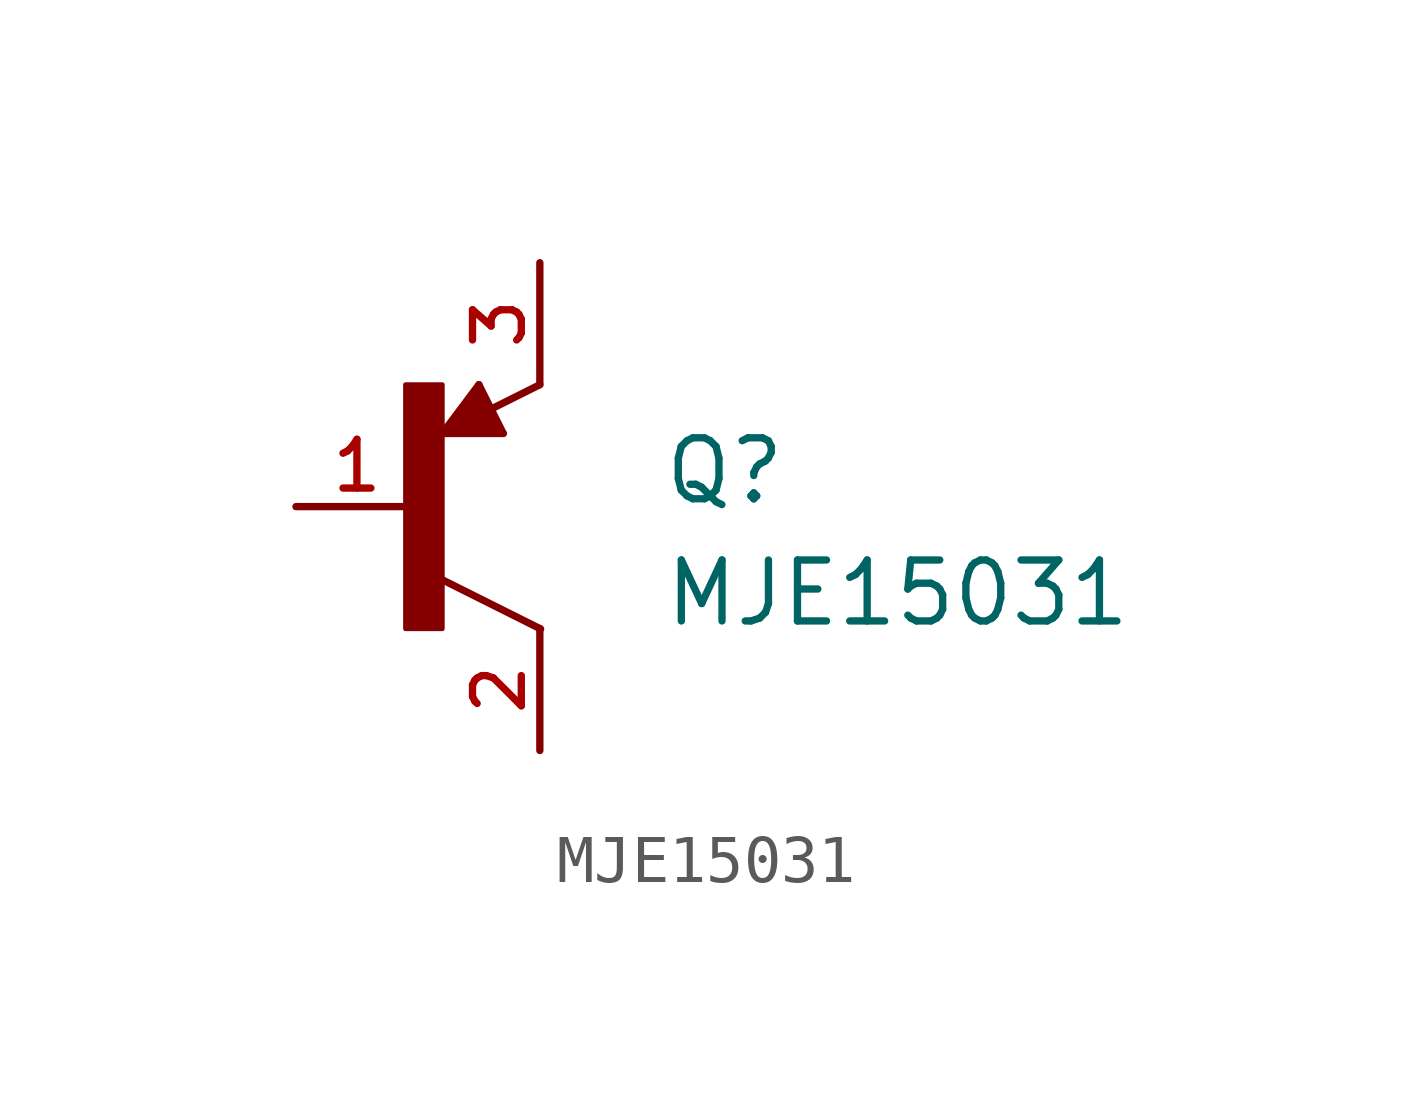
<source format=kicad_sym>
(kicad_symbol_lib
  (version 20211014)
  (generator kicad_symbol_editor)
  (symbol "MJE15031"
    (pin_names
      (offset 1.016))
    (property "Reference" "Q"
      (at 2.542 0.0 0)
      (effects (font (size 1.27 1.27)) (justify bottom left)))
    (property "Value" "MJE15031"
      (at 2.545 -2.545 0)
      (effects (font (size 1.27 1.27)) (justify bottom left)))
    (symbol "MJE15031_0_0"
      (polyline (pts (xy 0.0 2.54) (xy -1.778 1.651)) (stroke (width 0.152)))
      (polyline (pts (xy -1.778 1.651) (xy -2.032 1.524)) (stroke (width 0.152)))
      (polyline (pts (xy 0.016 -2.548) (xy -2.232 -1.424)) (stroke (width 0.152)))
      (rectangle (start -2.798 -2.543) (end -2.032 2.54) (stroke (width 0.1)) (fill (type outline)))
      (polyline (pts (xy -0.762 1.524) (xy -2.032 1.524)) (stroke (width 0.152)))
      (polyline (pts (xy -2.032 1.524) (xy -1.27 2.54)) (stroke (width 0.152)))
      (polyline (pts (xy -1.27 2.54) (xy -0.762 1.524)) (stroke (width 0.152)))
      (polyline (pts (xy -1.778 1.651) (xy -0.965 1.676)) (stroke (width 0.254)))
      (polyline (pts (xy -0.965 1.676) (xy -1.27 2.286)) (stroke (width 0.254)))
      (polyline (pts (xy -1.27 2.286) (xy -1.702 1.778)) (stroke (width 0.254)))
      (polyline (pts (xy -1.702 1.778) (xy -1.245 1.956)) (stroke (width 0.254)))
      (polyline (pts (xy -1.245 1.956) (xy -1.219 1.803)) (stroke (width 0.254)))
      (pin passive line (at -5.08 0.0 0) (length 2.54) (name "~" (effects (font (size 1.016 1.016)))) (number "1" (effects (font (size 1.016 1.016)))))
      (pin passive line (at 0.0 -5.08 90.0) (length 2.54) (name "~" (effects (font (size 1.016 1.016)))) (number "2" (effects (font (size 1.016 1.016)))))
      (pin passive line (at 0.0 5.08 270.0) (length 2.54) (name "~" (effects (font (size 1.016 1.016)))) (number "3" (effects (font (size 1.016 1.016))))))))
</source>
